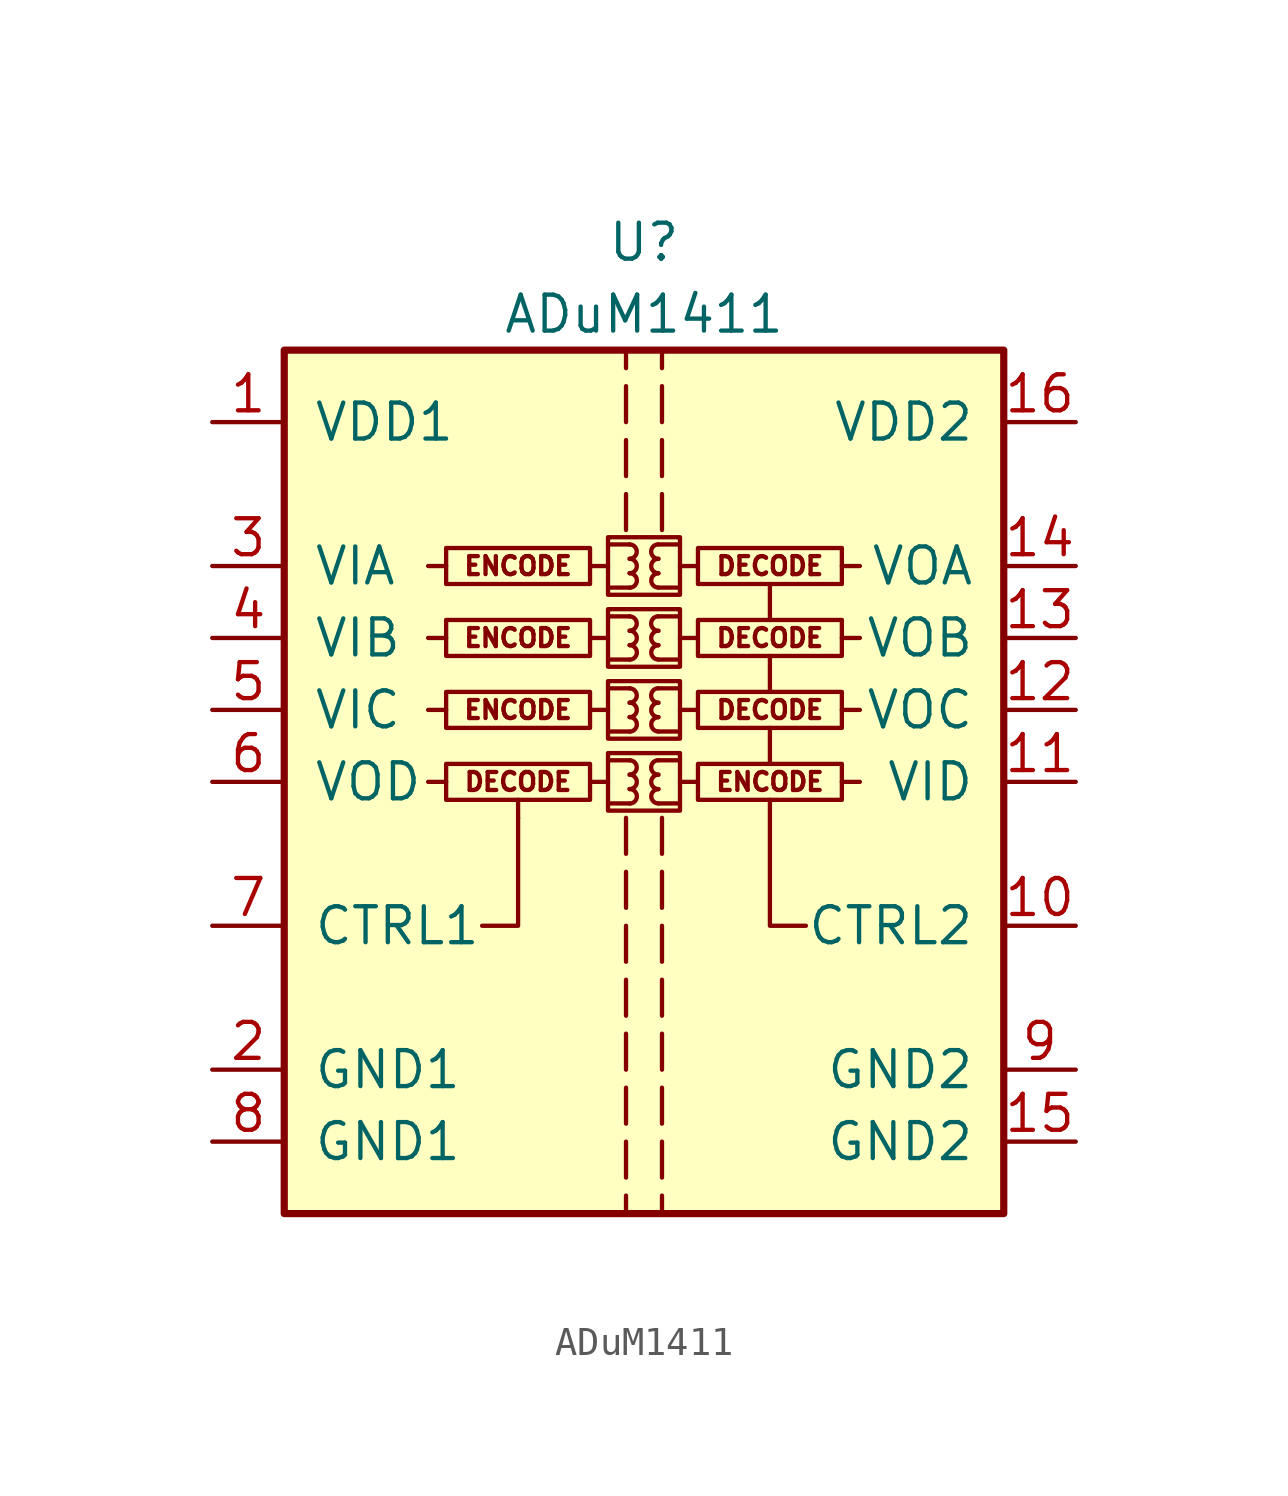
<source format=kicad_sym>
(kicad_symbol_lib
  (version 20201005)
  (generator kicad_symbol_editor)
  (symbol "Isolator_Digital:ADuM1411"
    (pin_names
      (offset 1.016))
    (property "Reference" "U"
      (at 0 19.05 0)
      (effects (font (size 1.27 1.27))))
    (property "Value" "ADuM1411"
      (at 0 16.51 0)
      (effects (font (size 1.27 1.27))))
    (symbol "ADuM1411_0_0"
      (arc (start -0.508 -0.762) (end -0.508 -0.254) (radius (at -0.508 -0.508) (length 0.254) (angles -89.9 89.9)) (stroke (width 0)) (fill (type none)))
      (arc (start -0.508 -0.254) (end -0.508 0.254) (radius (at -0.508 0) (length 0.254) (angles -89.9 89.9)) (stroke (width 0)) (fill (type none)))
      (arc (start -0.508 0.254) (end -0.508 0.762) (radius (at -0.508 0.508) (length 0.254) (angles -89.9 89.9)) (stroke (width 0)) (fill (type none)))
      (arc (start -0.508 1.778) (end -0.508 2.286) (radius (at -0.508 2.032) (length 0.254) (angles -89.9 89.9)) (stroke (width 0)) (fill (type none)))
      (arc (start -0.508 2.286) (end -0.508 2.794) (radius (at -0.508 2.54) (length 0.254) (angles -89.9 89.9)) (stroke (width 0)) (fill (type none)))
      (arc (start -0.508 2.794) (end -0.508 3.302) (radius (at -0.508 3.048) (length 0.254) (angles -89.9 89.9)) (stroke (width 0)) (fill (type none)))
      (arc (start -0.508 4.318) (end -0.508 4.826) (radius (at -0.508 4.572) (length 0.254) (angles -89.9 89.9)) (stroke (width 0)) (fill (type none)))
      (arc (start -0.508 4.826) (end -0.508 5.334) (radius (at -0.508 5.08) (length 0.254) (angles -89.9 89.9)) (stroke (width 0)) (fill (type none)))
      (arc (start -0.508 5.334) (end -0.508 5.842) (radius (at -0.508 5.588) (length 0.254) (angles -89.9 89.9)) (stroke (width 0)) (fill (type none)))
      (arc (start -0.508 6.858) (end -0.508 7.366) (radius (at -0.508 7.112) (length 0.254) (angles -89.9 89.9)) (stroke (width 0)) (fill (type none)))
      (arc (start -0.508 7.366) (end -0.508 7.874) (radius (at -0.508 7.62) (length 0.254) (angles -89.9 89.9)) (stroke (width 0)) (fill (type none)))
      (arc (start -0.508 7.874) (end -0.508 8.382) (radius (at -0.508 8.128) (length 0.254) (angles -89.9 89.9)) (stroke (width 0)) (fill (type none)))
      (arc (start 0.508 -0.254) (end 0.508 -0.762) (radius (at 0.508 -0.508) (length 0.254) (angles 90.1 -90.1)) (stroke (width 0)) (fill (type none)))
      (arc (start 0.508 0.254) (end 0.508 -0.254) (radius (at 0.508 0) (length 0.254) (angles 90.1 -90.1)) (stroke (width 0)) (fill (type none)))
      (arc (start 0.508 0.762) (end 0.508 0.254) (radius (at 0.508 0.508) (length 0.254) (angles 90.1 -90.1)) (stroke (width 0)) (fill (type none)))
      (arc (start 0.508 2.286) (end 0.508 1.778) (radius (at 0.508 2.032) (length 0.254) (angles 90.1 -90.1)) (stroke (width 0)) (fill (type none)))
      (arc (start 0.508 2.794) (end 0.508 2.286) (radius (at 0.508 2.54) (length 0.254) (angles 90.1 -90.1)) (stroke (width 0)) (fill (type none)))
      (arc (start 0.508 3.302) (end 0.508 2.794) (radius (at 0.508 3.048) (length 0.254) (angles 90.1 -90.1)) (stroke (width 0)) (fill (type none)))
      (arc (start 0.508 4.826) (end 0.508 4.318) (radius (at 0.508 4.572) (length 0.254) (angles 90.1 -90.1)) (stroke (width 0)) (fill (type none)))
      (arc (start 0.508 5.334) (end 0.508 4.826) (radius (at 0.508 5.08) (length 0.254) (angles 90.1 -90.1)) (stroke (width 0)) (fill (type none)))
      (arc (start 0.508 5.842) (end 0.508 5.334) (radius (at 0.508 5.588) (length 0.254) (angles 90.1 -90.1)) (stroke (width 0)) (fill (type none)))
      (arc (start 0.508 7.366) (end 0.508 6.858) (radius (at 0.508 7.112) (length 0.254) (angles 90.1 -90.1)) (stroke (width 0)) (fill (type none)))
      (arc (start 0.508 7.874) (end 0.508 7.366) (radius (at 0.508 7.62) (length 0.254) (angles 90.1 -90.1)) (stroke (width 0)) (fill (type none)))
      (arc (start 0.508 8.382) (end 0.508 7.874) (radius (at 0.508 8.128) (length 0.254) (angles 90.1 -90.1)) (stroke (width 0)) (fill (type none)))
      (text "DECODE" (at -4.445 0 0) (effects (font (size 0.635 0.635))))
      (text "DECODE" (at 4.445 2.54 0) (effects (font (size 0.635 0.635))))
      (text "DECODE" (at 4.445 5.08 0) (effects (font (size 0.635 0.635))))
      (text "DECODE" (at 4.445 7.62 0) (effects (font (size 0.635 0.635))))
      (text "ENCODE" (at -4.445 2.54 0) (effects (font (size 0.635 0.635))))
      (text "ENCODE" (at -4.445 5.08 0) (effects (font (size 0.635 0.635))))
      (text "ENCODE" (at -4.445 7.62 0) (effects (font (size 0.635 0.635))))
      (text "ENCODE" (at 4.445 0 0) (effects (font (size 0.635 0.635))))
      (rectangle (start -1.905 0.635) (end -6.985 -0.635) (stroke (width 0)) (fill (type none)))
      (rectangle (start -1.27 1.016) (end 1.27 -1.016) (stroke (width 0)) (fill (type none)))
      (rectangle (start -1.27 3.556) (end 1.27 1.524) (stroke (width 0)) (fill (type none)))
      (rectangle (start -1.27 6.096) (end 1.27 4.064) (stroke (width 0)) (fill (type none)))
      (rectangle (start -1.27 8.636) (end 1.27 6.604) (stroke (width 0)) (fill (type none)))
      (rectangle (start 1.905 0.635) (end 6.985 -0.635) (stroke (width 0)) (fill (type none)))
      (rectangle (start 1.905 3.175) (end 6.985 1.905) (stroke (width 0)) (fill (type none)))
      (rectangle (start 1.905 5.715) (end 6.985 4.445) (stroke (width 0)) (fill (type none)))
      (rectangle (start 1.905 8.255) (end 6.985 6.985) (stroke (width 0)) (fill (type none)))
      (polyline (pts (xy -6.985 0) (xy -7.62 0)) (stroke (width 0)) (fill (type none)))
      (polyline (pts (xy -6.985 2.54) (xy -7.62 2.54)) (stroke (width 0)) (fill (type none)))
      (polyline (pts (xy -6.985 5.08) (xy -7.62 5.08)) (stroke (width 0)) (fill (type none)))
      (polyline (pts (xy -6.985 7.62) (xy -7.62 7.62)) (stroke (width 0)) (fill (type none)))
      (polyline (pts (xy -4.445 -1.27) (xy -4.445 -0.635)) (stroke (width 0)) (fill (type none)))
      (polyline (pts (xy -1.905 0) (xy -1.27 0)) (stroke (width 0)) (fill (type none)))
      (polyline (pts (xy -1.905 2.54) (xy -1.27 2.54)) (stroke (width 0)) (fill (type none)))
      (polyline (pts (xy -1.905 5.08) (xy -1.27 5.08)) (stroke (width 0)) (fill (type none)))
      (polyline (pts (xy -1.905 7.62) (xy -1.27 7.62)) (stroke (width 0)) (fill (type none)))
      (polyline (pts (xy -1.27 -0.762) (xy -0.508 -0.762)) (stroke (width 0)) (fill (type none)))
      (polyline (pts (xy -1.27 0.762) (xy -0.508 0.762)) (stroke (width 0)) (fill (type none)))
      (polyline (pts (xy -1.27 1.778) (xy -0.508 1.778)) (stroke (width 0)) (fill (type none)))
      (polyline (pts (xy -1.27 3.302) (xy -0.508 3.302)) (stroke (width 0)) (fill (type none)))
      (polyline (pts (xy -1.27 4.318) (xy -0.508 4.318)) (stroke (width 0)) (fill (type none)))
      (polyline (pts (xy -1.27 5.842) (xy -0.508 5.842)) (stroke (width 0)) (fill (type none)))
      (polyline (pts (xy -1.27 6.858) (xy -0.508 6.858)) (stroke (width 0)) (fill (type none)))
      (polyline (pts (xy -1.27 8.382) (xy -0.508 8.382)) (stroke (width 0)) (fill (type none)))
      (polyline (pts (xy -0.635 -10.795) (xy -0.635 -12.065)) (stroke (width 0)) (fill (type none)))
      (polyline (pts (xy -0.635 -8.89) (xy -0.635 -10.16)) (stroke (width 0)) (fill (type none)))
      (polyline (pts (xy -0.635 -6.985) (xy -0.635 -8.255)) (stroke (width 0)) (fill (type none)))
      (polyline (pts (xy -0.635 -5.08) (xy -0.635 -6.35)) (stroke (width 0)) (fill (type none)))
      (polyline (pts (xy -0.635 -3.175) (xy -0.635 -4.445)) (stroke (width 0)) (fill (type none)))
      (polyline (pts (xy -0.635 -1.27) (xy -0.635 -2.54)) (stroke (width 0)) (fill (type none)))
      (polyline (pts (xy -0.635 8.89) (xy -0.635 10.16)) (stroke (width 0)) (fill (type none)))
      (polyline (pts (xy -0.635 10.795) (xy -0.635 12.065)) (stroke (width 0)) (fill (type none)))
      (polyline (pts (xy -0.635 12.7) (xy -0.635 13.97)) (stroke (width 0)) (fill (type none)))
      (polyline (pts (xy -0.635 15.24) (xy -0.635 14.605)) (stroke (width 0)) (fill (type none)))
      (polyline (pts (xy 0.635 -10.795) (xy 0.635 -12.065)) (stroke (width 0)) (fill (type none)))
      (polyline (pts (xy 0.635 -8.89) (xy 0.635 -10.16)) (stroke (width 0)) (fill (type none)))
      (polyline (pts (xy 0.635 -6.985) (xy 0.635 -8.255)) (stroke (width 0)) (fill (type none)))
      (polyline (pts (xy 0.635 -5.08) (xy 0.635 -6.35)) (stroke (width 0)) (fill (type none)))
      (polyline (pts (xy 0.635 -3.175) (xy 0.635 -4.445)) (stroke (width 0)) (fill (type none)))
      (polyline (pts (xy 0.635 -1.27) (xy 0.635 -2.54)) (stroke (width 0)) (fill (type none)))
      (polyline (pts (xy 0.635 8.89) (xy 0.635 10.16)) (stroke (width 0)) (fill (type none)))
      (polyline (pts (xy 0.635 12.065) (xy 0.635 10.795)) (stroke (width 0)) (fill (type none)))
      (polyline (pts (xy 0.635 13.97) (xy 0.635 12.7)) (stroke (width 0)) (fill (type none)))
      (polyline (pts (xy 0.635 14.605) (xy 0.635 15.24)) (stroke (width 0)) (fill (type none)))
      (polyline (pts (xy 1.27 -0.762) (xy 0.508 -0.762)) (stroke (width 0)) (fill (type none)))
      (polyline (pts (xy 1.27 0.762) (xy 0.508 0.762)) (stroke (width 0)) (fill (type none)))
      (polyline (pts (xy 1.27 1.778) (xy 0.508 1.778)) (stroke (width 0)) (fill (type none)))
      (polyline (pts (xy 1.27 3.302) (xy 0.508 3.302)) (stroke (width 0)) (fill (type none)))
      (polyline (pts (xy 1.27 4.318) (xy 0.508 4.318)) (stroke (width 0)) (fill (type none)))
      (polyline (pts (xy 1.27 5.842) (xy 0.508 5.842)) (stroke (width 0)) (fill (type none)))
      (polyline (pts (xy 1.27 6.858) (xy 0.508 6.858)) (stroke (width 0)) (fill (type none)))
      (polyline (pts (xy 1.27 8.382) (xy 0.508 8.382)) (stroke (width 0)) (fill (type none)))
      (polyline (pts (xy 1.905 0) (xy 1.27 0)) (stroke (width 0)) (fill (type none)))
      (polyline (pts (xy 1.905 2.54) (xy 1.27 2.54)) (stroke (width 0)) (fill (type none)))
      (polyline (pts (xy 1.905 5.08) (xy 1.27 5.08)) (stroke (width 0)) (fill (type none)))
      (polyline (pts (xy 1.905 7.62) (xy 1.27 7.62)) (stroke (width 0)) (fill (type none)))
      (polyline (pts (xy 4.445 0.635) (xy 4.445 1.905)) (stroke (width 0)) (fill (type none)))
      (polyline (pts (xy 4.445 3.175) (xy 4.445 4.445)) (stroke (width 0)) (fill (type none)))
      (polyline (pts (xy 4.445 5.715) (xy 4.445 6.985)) (stroke (width 0)) (fill (type none)))
      (polyline (pts (xy 6.985 0) (xy 7.62 0)) (stroke (width 0)) (fill (type none)))
      (polyline (pts (xy 6.985 2.54) (xy 7.62 2.54)) (stroke (width 0)) (fill (type none)))
      (polyline (pts (xy 6.985 5.08) (xy 7.62 5.08)) (stroke (width 0)) (fill (type none)))
      (polyline (pts (xy 6.985 7.62) (xy 7.62 7.62)) (stroke (width 0)) (fill (type none)))
      (polyline (pts (xy -4.445 -1.27) (xy -4.445 -5.08) (xy -5.715 -5.08)) (stroke (width 0)) (fill (type none)))
      (polyline (pts (xy 5.715 -5.08) (xy 4.445 -5.08) (xy 4.445 -0.635)) (stroke (width 0)) (fill (type none))))
    (symbol "ADuM1411_0_1"
      (rectangle (start -1.905 3.175) (end -6.985 1.905) (stroke (width 0)) (fill (type none)))
      (rectangle (start -1.905 5.715) (end -6.985 4.445) (stroke (width 0)) (fill (type none)))
      (rectangle (start -1.905 8.255) (end -6.985 6.985) (stroke (width 0)) (fill (type none)))
      (rectangle (start -12.7 15.24) (end 12.7 -15.24) (stroke (width 0.254)) (fill (type background)))
      (polyline (pts (xy -0.635 -14.605) (xy -0.635 -15.24)) (stroke (width 0)) (fill (type none)))
      (polyline (pts (xy -0.635 -12.7) (xy -0.635 -13.97)) (stroke (width 0)) (fill (type none)))
      (polyline (pts (xy 0.635 -14.605) (xy 0.635 -15.24)) (stroke (width 0)) (fill (type none)))
      (polyline (pts (xy 0.635 -12.7) (xy 0.635 -13.97)) (stroke (width 0)) (fill (type none))))
    (symbol "ADuM1411_1_1"
      (pin power_in line (at -15.24 12.7 0) (length 2.54) (name "VDD1" (effects (font (size 1.27 1.27)))) (number "1" (effects (font (size 1.27 1.27)))))
      (pin input line (at 15.24 -5.08 180) (length 2.54) (name "CTRL2" (effects (font (size 1.27 1.27)))) (number "10" (effects (font (size 1.27 1.27)))))
      (pin input line (at 15.24 0 180) (length 2.54) (name "VID" (effects (font (size 1.27 1.27)))) (number "11" (effects (font (size 1.27 1.27)))))
      (pin output line (at 15.24 2.54 180) (length 2.54) (name "VOC" (effects (font (size 1.27 1.27)))) (number "12" (effects (font (size 1.27 1.27)))))
      (pin output line (at 15.24 5.08 180) (length 2.54) (name "VOB" (effects (font (size 1.27 1.27)))) (number "13" (effects (font (size 1.27 1.27)))))
      (pin output line (at 15.24 7.62 180) (length 2.54) (name "VOA" (effects (font (size 1.27 1.27)))) (number "14" (effects (font (size 1.27 1.27)))))
      (pin power_in line (at 15.24 -12.7 180) (length 2.54) (name "GND2" (effects (font (size 1.27 1.27)))) (number "15" (effects (font (size 1.27 1.27)))))
      (pin power_in line (at 15.24 12.7 180) (length 2.54) (name "VDD2" (effects (font (size 1.27 1.27)))) (number "16" (effects (font (size 1.27 1.27)))))
      (pin power_in line (at -15.24 -10.16 0) (length 2.54) (name "GND1" (effects (font (size 1.27 1.27)))) (number "2" (effects (font (size 1.27 1.27)))))
      (pin input line (at -15.24 7.62 0) (length 2.54) (name "VIA" (effects (font (size 1.27 1.27)))) (number "3" (effects (font (size 1.27 1.27)))))
      (pin input line (at -15.24 5.08 0) (length 2.54) (name "VIB" (effects (font (size 1.27 1.27)))) (number "4" (effects (font (size 1.27 1.27)))))
      (pin input line (at -15.24 2.54 0) (length 2.54) (name "VIC" (effects (font (size 1.27 1.27)))) (number "5" (effects (font (size 1.27 1.27)))))
      (pin output line (at -15.24 0 0) (length 2.54) (name "VOD" (effects (font (size 1.27 1.27)))) (number "6" (effects (font (size 1.27 1.27)))))
      (pin input line (at -15.24 -5.08 0) (length 2.54) (name "CTRL1" (effects (font (size 1.27 1.27)))) (number "7" (effects (font (size 1.27 1.27)))))
      (pin power_in line (at -15.24 -12.7 0) (length 2.54) (name "GND1" (effects (font (size 1.27 1.27)))) (number "8" (effects (font (size 1.27 1.27)))))
      (pin power_in line (at 15.24 -10.16 180) (length 2.54) (name "GND2" (effects (font (size 1.27 1.27)))) (number "9" (effects (font (size 1.27 1.27))))))))
</source>
